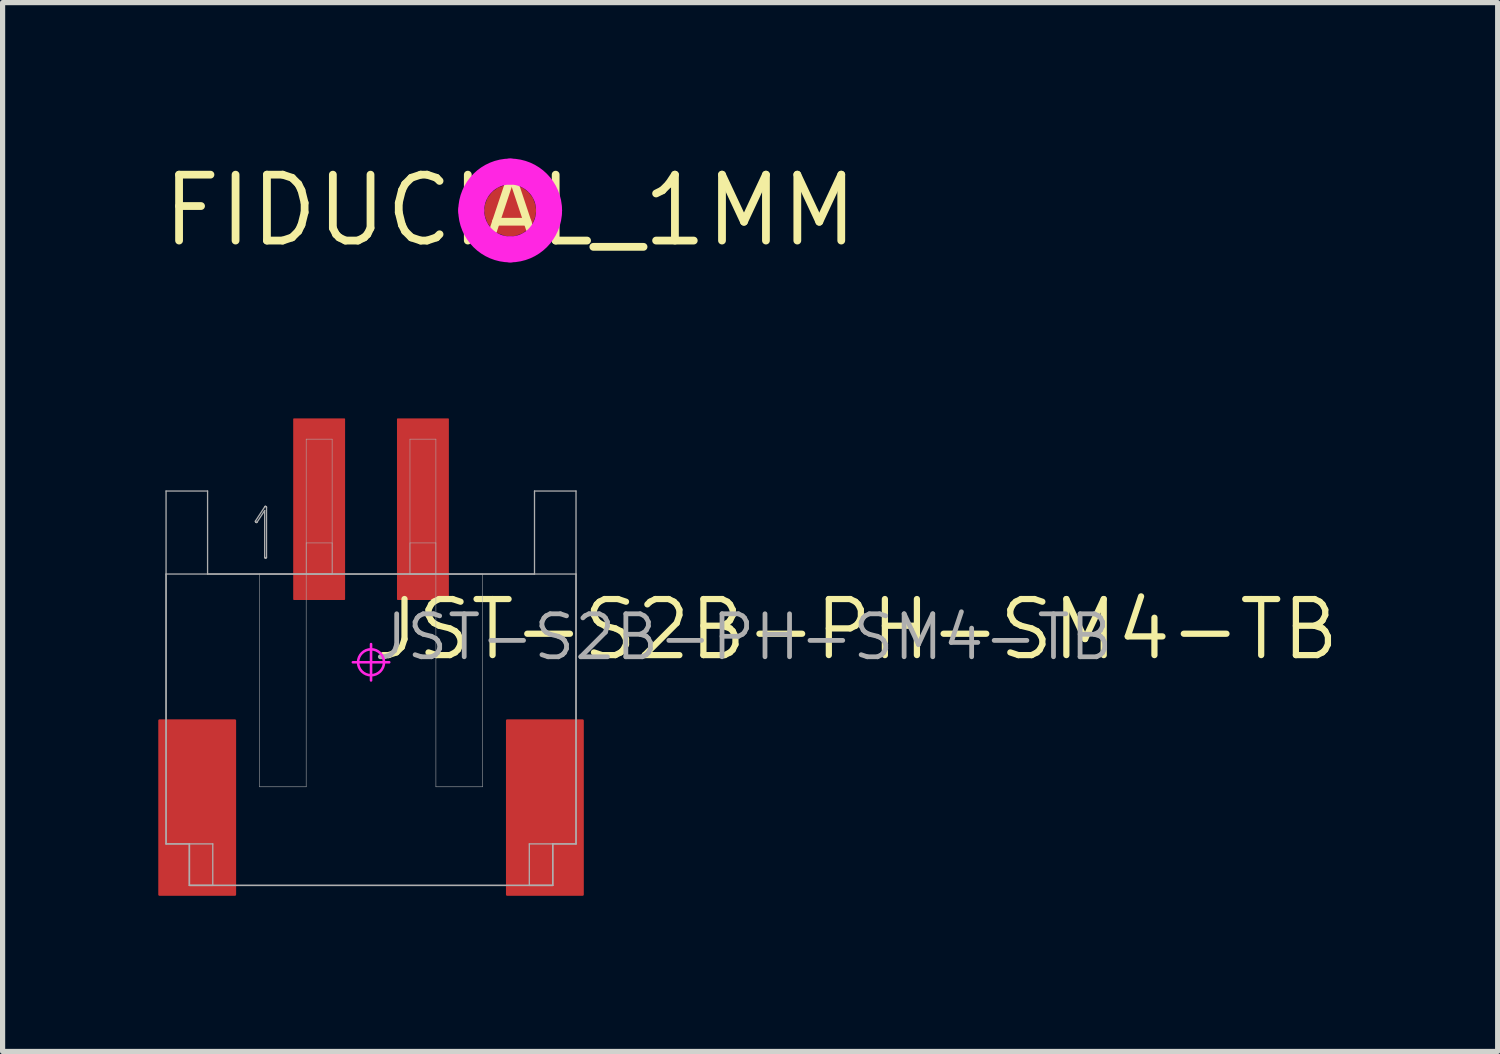
<source format=kicad_pcb>
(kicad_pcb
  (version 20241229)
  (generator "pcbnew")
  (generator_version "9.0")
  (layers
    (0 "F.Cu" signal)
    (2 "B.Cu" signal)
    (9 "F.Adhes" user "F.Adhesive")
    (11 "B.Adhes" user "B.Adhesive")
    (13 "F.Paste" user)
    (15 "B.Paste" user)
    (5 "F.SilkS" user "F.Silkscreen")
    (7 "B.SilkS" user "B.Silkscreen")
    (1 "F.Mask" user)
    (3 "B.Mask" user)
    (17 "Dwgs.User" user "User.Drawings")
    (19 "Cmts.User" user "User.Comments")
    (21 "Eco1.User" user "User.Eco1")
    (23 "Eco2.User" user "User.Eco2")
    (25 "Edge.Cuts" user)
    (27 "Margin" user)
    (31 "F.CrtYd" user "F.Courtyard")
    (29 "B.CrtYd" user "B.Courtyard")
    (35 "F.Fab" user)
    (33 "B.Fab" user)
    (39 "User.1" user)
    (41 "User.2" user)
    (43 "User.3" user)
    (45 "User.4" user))
  (footprint "FIDUCIAL_1MM"
    (layer "F.Cu")
    (at 6.781 1.006)
    (property "Reference" "FIDUCIAL_1MM" (at 0 0 0) (layer "F.SilkS") (effects (font (size 1.27 1.27) (thickness 0.15))))
    (fp_arc (start -0.75 0) (mid -0.53033 -0.53033) (end 0 -0.75) (stroke (width 0.5) (type solid)) (layer "F.Mask"))
    (fp_arc (start 0 -0.75) (mid 0.53033 -0.53033) (end 0.75 0) (stroke (width 0.5) (type solid)) (layer "F.Mask"))
    (fp_arc (start 0 0.75) (mid -0.53033 0.53033) (end -0.75 0) (stroke (width 0.5) (type solid)) (layer "F.Mask"))
    (fp_arc (start 0.75 0) (mid 0.53033 0.53033) (end 0 0.75) (stroke (width 0.5) (type solid)) (layer "F.Mask"))
    (fp_arc (start -0.75 0) (mid -0.53033 -0.53033) (end 0 -0.75) (stroke (width 0.5) (type solid)) (layer "F.CrtYd"))
    (fp_arc (start 0 -0.75) (mid 0.53033 -0.53033) (end 0.75 0) (stroke (width 0.5) (type solid)) (layer "F.CrtYd"))
    (fp_arc (start 0 0.75) (mid -0.53033 0.53033) (end -0.75 0) (stroke (width 0.5) (type solid)) (layer "F.CrtYd"))
    (fp_arc (start 0.75 0) (mid 0.53033 0.53033) (end 0 0.75) (stroke (width 0.5) (type solid)) (layer "F.CrtYd"))
    (pad "1" smd roundrect (at 0 0) (size 1 1) (layers "F.Cu" "F.Mask") (roundrect_rratio 0.5)))
  (footprint "JST-S2B-PH-SM4-TB"
    (layer "F.Cu")
    (at 4.1 9.712)
    (property "Reference" "JST-S2B-PH-SM4-TB" (at 0 0 0) (unlocked yes) (layer "F.SilkS") (effects (font (size 1.08 1.08) (thickness 0.12)) (justify left bottom)))
    (fp_line (start 0 0.35) (end 0 -0.35) (stroke (width 0.05) (type solid)) (layer "F.CrtYd"))
    (fp_line (start 0.35 0) (end -0.35 0) (stroke (width 0.05) (type solid)) (layer "F.CrtYd"))
    (fp_circle (center 0 0) (end 0.25 0) (stroke (width 0.05) (type solid)) (fill no) (layer "F.CrtYd"))
    (fp_line (start -3.95 -3.3) (end -3.15 -3.3) (stroke (width 0.025) (type solid)) (layer "F.Fab"))
    (fp_line (start -3.95 -1.7) (end 3.95 -1.7) (stroke (width 0.025) (type solid)) (layer "F.Fab"))
    (fp_line (start -3.95 3.5) (end -3.95 -3.3) (stroke (width 0.025) (type solid)) (layer "F.Fab"))
    (fp_line (start -3.95 3.5) (end -3.95 -1.7) (stroke (width 0.025) (type solid)) (layer "F.Fab"))
    (fp_line (start -3.5 3.5) (end -3.95 3.5) (stroke (width 0.025) (type solid)) (layer "F.Fab"))
    (fp_line (start -3.5 3.5) (end -3.95 3.5) (stroke (width 0.025) (type solid)) (layer "F.Fab"))
    (fp_line (start -3.5 3.5) (end -3.5 4.3) (stroke (width 0.025) (type solid)) (layer "F.Fab"))
    (fp_line (start -3.5 4.3) (end -3.5 3.5) (stroke (width 0.025) (type solid)) (layer "F.Fab"))
    (fp_line (start -3.5 4.3) (end -3.5 3.5) (stroke (width 0.025) (type solid)) (layer "F.Fab"))
    (fp_line (start -3.5 4.3) (end -3.05 4.3) (stroke (width 0.025) (type solid)) (layer "F.Fab"))
    (fp_line (start -3.15 -3.3) (end -3.15 -1.7) (stroke (width 0.025) (type solid)) (layer "F.Fab"))
    (fp_line (start -3.15 -1.7) (end 3.15 -1.7) (stroke (width 0.025) (type solid)) (layer "F.Fab"))
    (fp_line (start -3.05 3.5) (end -3.5 3.5) (stroke (width 0.025) (type solid)) (layer "F.Fab"))
    (fp_line (start -3.05 4.3) (end -3.05 3.5) (stroke (width 0.025) (type solid)) (layer "F.Fab"))
    (fp_line (start -2.228 -2.717) (end -2.228 -2.71) (stroke (width 0.025) (type solid)) (layer "F.Fab"))
    (fp_line (start -2.228 -2.71) (end -2.225 -2.704) (stroke (width 0.025) (type solid)) (layer "F.Fab"))
    (fp_line (start -2.226 -2.724) (end -2.228 -2.717) (stroke (width 0.025) (type solid)) (layer "F.Fab"))
    (fp_line (start -2.225 -2.704) (end -2.22 -2.699) (stroke (width 0.025) (type solid)) (layer "F.Fab"))
    (fp_line (start -2.22 -2.699) (end -2.214 -2.695) (stroke (width 0.025) (type solid)) (layer "F.Fab"))
    (fp_line (start -2.214 -2.695) (end -2.208 -2.693) (stroke (width 0.025) (type solid)) (layer "F.Fab"))
    (fp_line (start -2.208 -2.693) (end -2.202 -2.694) (stroke (width 0.025) (type solid)) (layer "F.Fab"))
    (fp_line (start -2.202 -2.694) (end -2.197 -2.699) (stroke (width 0.025) (type solid)) (layer "F.Fab"))
    (fp_line (start -2.197 -2.699) (end -2.05 -2.924) (stroke (width 0.025) (type solid)) (layer "F.Fab"))
    (fp_line (start -2.15 -1.7) (end -2.15 2.4) (stroke (width 0.01) (type solid)) (layer "F.Fab"))
    (fp_line (start -2.15 2.4) (end -1.25 2.4) (stroke (width 0.01) (type solid)) (layer "F.Fab"))
    (fp_line (start -2.05 -2.924) (end -2.05 -2.026) (stroke (width 0.025) (type solid)) (layer "F.Fab"))
    (fp_line (start -2.05 -2.026) (end -2.049 -2.019) (stroke (width 0.025) (type solid)) (layer "F.Fab"))
    (fp_line (start -2.049 -2.019) (end -2.044 -2.013) (stroke (width 0.025) (type solid)) (layer "F.Fab"))
    (fp_line (start -2.047 -2.998) (end -2.226 -2.724) (stroke (width 0.025) (type solid)) (layer "F.Fab"))
    (fp_line (start -2.044 -2.013) (end -2.038 -2.01) (stroke (width 0.025) (type solid)) (layer "F.Fab"))
    (fp_line (start -2.043 -3.002) (end -2.047 -2.998) (stroke (width 0.025) (type solid)) (layer "F.Fab"))
    (fp_line (start -2.039 -3.004) (end -2.043 -3.002) (stroke (width 0.025) (type solid)) (layer "F.Fab"))
    (fp_line (start -2.038 -2.01) (end -2.033 -2.009) (stroke (width 0.025) (type solid)) (layer "F.Fab"))
    (fp_line (start -2.035 -3.004) (end -2.039 -3.004) (stroke (width 0.025) (type solid)) (layer "F.Fab"))
    (fp_line (start -2.033 -2.009) (end -2.026 -2.01) (stroke (width 0.025) (type solid)) (layer "F.Fab"))
    (fp_line (start -2.03 -3.002) (end -2.035 -3.004) (stroke (width 0.025) (type solid)) (layer "F.Fab"))
    (fp_line (start -2.026 -2.01) (end -2.02 -2.013) (stroke (width 0.025) (type solid)) (layer "F.Fab"))
    (fp_line (start -2.023 -3.001) (end -2.03 -3.002) (stroke (width 0.025) (type solid)) (layer "F.Fab"))
    (fp_line (start -2.02 -2.013) (end -2.015 -2.019) (stroke (width 0.025) (type solid)) (layer "F.Fab"))
    (fp_line (start -2.018 -2.998) (end -2.023 -3.001) (stroke (width 0.025) (type solid)) (layer "F.Fab"))
    (fp_line (start -2.015 -2.993) (end -2.018 -2.998) (stroke (width 0.025) (type solid)) (layer "F.Fab"))
    (fp_line (start -2.015 -2.019) (end -2.014 -2.026) (stroke (width 0.025) (type solid)) (layer "F.Fab"))
    (fp_line (start -2.014 -2.986) (end -2.015 -2.993) (stroke (width 0.025) (type solid)) (layer "F.Fab"))
    (fp_line (start -2.014 -2.026) (end -2.014 -2.986) (stroke (width 0.025) (type solid)) (layer "F.Fab"))
    (fp_line (start -1.25 -4.3) (end -1.25 -1.7) (stroke (width 0.01) (type solid)) (layer "F.Fab"))
    (fp_line (start -1.25 -2.3) (end -1.25 -1.7) (stroke (width 0.01) (type solid)) (layer "F.Fab"))
    (fp_line (start -1.25 -1.7) (end -2.15 -1.7) (stroke (width 0.01) (type solid)) (layer "F.Fab"))
    (fp_line (start -1.25 -1.7) (end -0.75 -1.7) (stroke (width 0.01) (type solid)) (layer "F.Fab"))
    (fp_line (start -1.25 -1.7) (end -0.75 -1.7) (stroke (width 0.01) (type solid)) (layer "F.Fab"))
    (fp_line (start -1.25 2.4) (end -1.25 -1.7) (stroke (width 0.01) (type solid)) (layer "F.Fab"))
    (fp_line (start -0.75 -4.3) (end -1.25 -4.3) (stroke (width 0.01) (type solid)) (layer "F.Fab"))
    (fp_line (start -0.75 -2.3) (end -1.25 -2.3) (stroke (width 0.01) (type solid)) (layer "F.Fab"))
    (fp_line (start -0.75 -1.7) (end -0.75 -4.3) (stroke (width 0.01) (type solid)) (layer "F.Fab"))
    (fp_line (start -0.75 -1.7) (end -0.75 -2.3) (stroke (width 0.01) (type solid)) (layer "F.Fab"))
    (fp_line (start 0.75 -4.3) (end 0.75 -1.7) (stroke (width 0.01) (type solid)) (layer "F.Fab"))
    (fp_line (start 0.75 -2.3) (end 0.75 -1.7) (stroke (width 0.01) (type solid)) (layer "F.Fab"))
    (fp_line (start 0.75 -1.7) (end 1.25 -1.7) (stroke (width 0.01) (type solid)) (layer "F.Fab"))
    (fp_line (start 0.75 -1.7) (end 1.25 -1.7) (stroke (width 0.01) (type solid)) (layer "F.Fab"))
    (fp_line (start 1.25 -4.3) (end 0.75 -4.3) (stroke (width 0.01) (type solid)) (layer "F.Fab"))
    (fp_line (start 1.25 -2.3) (end 0.75 -2.3) (stroke (width 0.01) (type solid)) (layer "F.Fab"))
    (fp_line (start 1.25 -1.7) (end 1.25 -4.3) (stroke (width 0.01) (type solid)) (layer "F.Fab"))
    (fp_line (start 1.25 -1.7) (end 1.25 -2.3) (stroke (width 0.01) (type solid)) (layer "F.Fab"))
    (fp_line (start 1.25 -1.7) (end 1.25 2.4) (stroke (width 0.01) (type solid)) (layer "F.Fab"))
    (fp_line (start 1.25 2.4) (end 2.15 2.4) (stroke (width 0.01) (type solid)) (layer "F.Fab"))
    (fp_line (start 2.15 -1.7) (end 1.25 -1.7) (stroke (width 0.01) (type solid)) (layer "F.Fab"))
    (fp_line (start 2.15 2.4) (end 2.15 -1.7) (stroke (width 0.01) (type solid)) (layer "F.Fab"))
    (fp_line (start 3.05 3.5) (end 3.05 4.3) (stroke (width 0.025) (type solid)) (layer "F.Fab"))
    (fp_line (start 3.05 4.3) (end 3.5 4.3) (stroke (width 0.025) (type solid)) (layer "F.Fab"))
    (fp_line (start 3.15 -3.3) (end 3.95 -3.3) (stroke (width 0.025) (type solid)) (layer "F.Fab"))
    (fp_line (start 3.15 -1.7) (end 3.15 -3.3) (stroke (width 0.025) (type solid)) (layer "F.Fab"))
    (fp_line (start 3.5 3.5) (end 3.05 3.5) (stroke (width 0.025) (type solid)) (layer "F.Fab"))
    (fp_line (start 3.5 3.5) (end 3.5 4.3) (stroke (width 0.025) (type solid)) (layer "F.Fab"))
    (fp_line (start 3.5 3.5) (end 3.5 4.3) (stroke (width 0.025) (type solid)) (layer "F.Fab"))
    (fp_line (start 3.5 4.3) (end -3.5 4.3) (stroke (width 0.025) (type solid)) (layer "F.Fab"))
    (fp_line (start 3.5 4.3) (end -3.5 4.3) (stroke (width 0.025) (type solid)) (layer "F.Fab"))
    (fp_line (start 3.5 4.3) (end 3.5 3.5) (stroke (width 0.025) (type solid)) (layer "F.Fab"))
    (fp_line (start 3.95 -3.3) (end 3.95 3.5) (stroke (width 0.025) (type solid)) (layer "F.Fab"))
    (fp_line (start 3.95 -1.7) (end 3.95 3.5) (stroke (width 0.025) (type solid)) (layer "F.Fab"))
    (fp_line (start 3.95 3.5) (end 3.5 3.5) (stroke (width 0.025) (type solid)) (layer "F.Fab"))
    (fp_line (start 3.95 3.5) (end 3.5 3.5) (stroke (width 0.025) (type solid)) (layer "F.Fab"))
    (fp_text user "${REFERENCE}" (at 0 0 0) (unlocked yes) (layer "F.Fab") (effects (font (size 0.828 0.828) (thickness 0.092)) (justify left bottom)))
    (pad "1" smd roundrect (at -1 -2.95) (size 1 3.5) (layers "F.Cu" "F.Mask" "F.Paste") (roundrect_rratio 0.015))
    (pad "2" smd roundrect (at 1 -2.95) (size 1 3.5) (layers "F.Cu" "F.Mask" "F.Paste") (roundrect_rratio 0.015))
    (pad "3" smd roundrect (at 3.35 2.8) (size 1.5 3.4) (layers "F.Cu" "F.Mask" "F.Paste") (roundrect_rratio 0.015))
    (pad "4" smd roundrect (at -3.35 2.8) (size 1.5 3.4) (layers "F.Cu" "F.Mask" "F.Paste") (roundrect_rratio 0.015)))
  (gr_rect
    (start -3 -3)
    (end 25.81 17.212)
    (stroke (width 0.1) (type default))
    (fill no)
    (layer "Edge.Cuts")))
</source>
